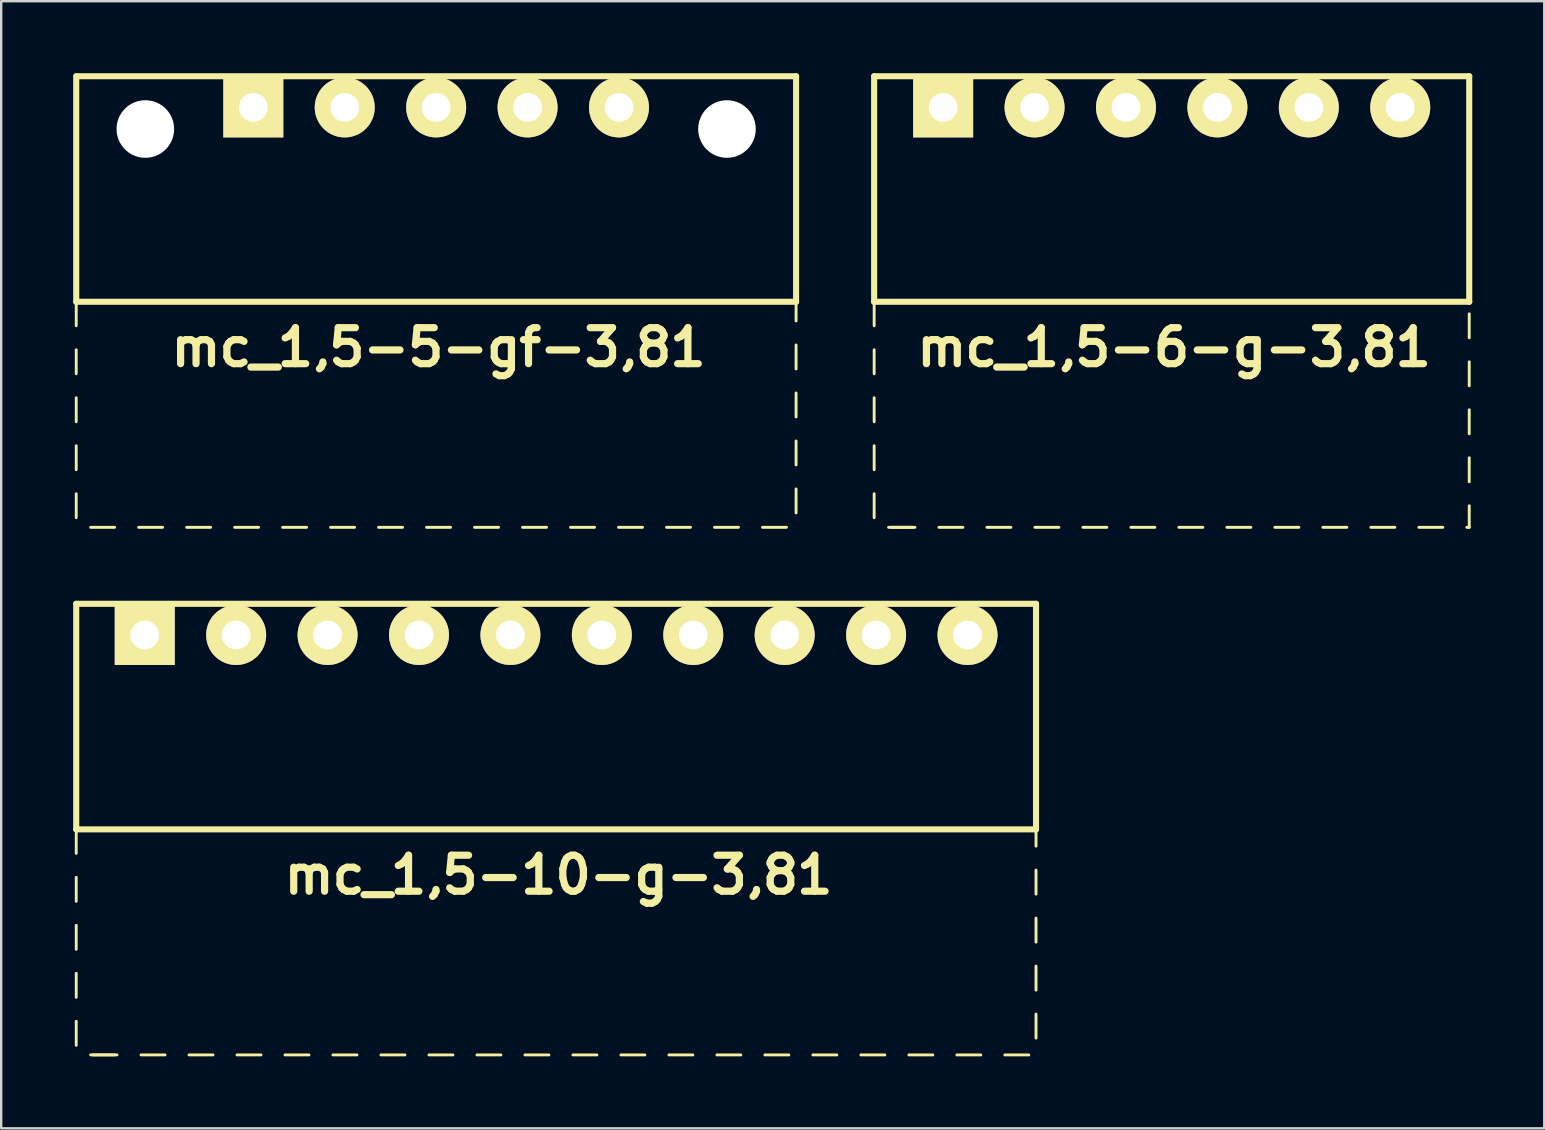
<source format=kicad_pcb>
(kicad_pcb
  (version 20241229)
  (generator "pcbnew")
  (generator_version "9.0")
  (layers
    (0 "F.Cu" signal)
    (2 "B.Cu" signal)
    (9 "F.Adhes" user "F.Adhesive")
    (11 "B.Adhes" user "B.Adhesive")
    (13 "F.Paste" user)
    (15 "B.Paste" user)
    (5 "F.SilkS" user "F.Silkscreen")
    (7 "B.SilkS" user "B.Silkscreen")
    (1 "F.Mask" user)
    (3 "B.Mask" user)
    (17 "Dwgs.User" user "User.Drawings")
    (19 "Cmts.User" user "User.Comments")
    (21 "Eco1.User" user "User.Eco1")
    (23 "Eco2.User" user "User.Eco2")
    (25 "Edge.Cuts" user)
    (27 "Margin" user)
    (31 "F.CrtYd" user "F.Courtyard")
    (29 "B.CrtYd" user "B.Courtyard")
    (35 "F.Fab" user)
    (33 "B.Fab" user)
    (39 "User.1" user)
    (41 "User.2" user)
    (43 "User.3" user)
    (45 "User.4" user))
  (footprint "mc_1,5-10-g-3,81"
    (layer "F.Cu")
    (at 20.127 23.414)
    (property "Reference" "mc_1,5-10-g-3,81" (at 0.1 10 0) (layer "F.SilkS") (effects (font (size 1.5 1.5) (thickness 0.3))))
    (attr through_hole)
    (fp_line (start -20 -1.3) (end -20 8.1) (stroke (width 0.254) (type solid)) (layer "F.SilkS"))
    (fp_line (start -20 -1.3) (end 20 -1.3) (stroke (width 0.254) (type solid)) (layer "F.SilkS"))
    (fp_line (start -20 8.1) (end -20 9.1) (stroke (width 0.12) (type solid)) (layer "F.SilkS"))
    (fp_line (start -20 8.1) (end 20 8.1) (stroke (width 0.254) (type solid)) (layer "F.SilkS"))
    (fp_line (start -20 10.1) (end -20 11.1) (stroke (width 0.12) (type solid)) (layer "F.SilkS"))
    (fp_line (start -20 12.1) (end -20 13.1) (stroke (width 0.12) (type solid)) (layer "F.SilkS"))
    (fp_line (start -20 14.1) (end -20 15.1) (stroke (width 0.12) (type solid)) (layer "F.SilkS"))
    (fp_line (start -20 16.1) (end -20 17.1) (stroke (width 0.12) (type solid)) (layer "F.SilkS"))
    (fp_line (start -19.4 17.5) (end -18.4 17.5) (stroke (width 0.12) (type solid)) (layer "F.SilkS"))
    (fp_line (start -19.3 17.5) (end -18.3 17.5) (stroke (width 0.12) (type solid)) (layer "F.SilkS"))
    (fp_line (start -17.3 17.5) (end -16.3 17.5) (stroke (width 0.12) (type solid)) (layer "F.SilkS"))
    (fp_line (start -15.3 17.5) (end -14.3 17.5) (stroke (width 0.12) (type solid)) (layer "F.SilkS"))
    (fp_line (start -13.3 17.5) (end -12.3 17.5) (stroke (width 0.12) (type solid)) (layer "F.SilkS"))
    (fp_line (start -11.3 17.5) (end -10.3 17.5) (stroke (width 0.12) (type solid)) (layer "F.SilkS"))
    (fp_line (start -9.3 17.5) (end -8.3 17.5) (stroke (width 0.12) (type solid)) (layer "F.SilkS"))
    (fp_line (start -7.3 17.5) (end -6.3 17.5) (stroke (width 0.12) (type solid)) (layer "F.SilkS"))
    (fp_line (start -5.3 17.5) (end -4.3 17.5) (stroke (width 0.12) (type solid)) (layer "F.SilkS"))
    (fp_line (start -3.3 17.5) (end -2.3 17.5) (stroke (width 0.12) (type solid)) (layer "F.SilkS"))
    (fp_line (start -1.3 17.5) (end -0.3 17.5) (stroke (width 0.12) (type solid)) (layer "F.SilkS"))
    (fp_line (start 0.7 17.5) (end 1.7 17.5) (stroke (width 0.12) (type solid)) (layer "F.SilkS"))
    (fp_line (start 2.7 17.5) (end 3.7 17.5) (stroke (width 0.12) (type solid)) (layer "F.SilkS"))
    (fp_line (start 4.7 17.5) (end 5.7 17.5) (stroke (width 0.12) (type solid)) (layer "F.SilkS"))
    (fp_line (start 6.7 17.5) (end 7.7 17.5) (stroke (width 0.12) (type solid)) (layer "F.SilkS"))
    (fp_line (start 8.7 17.5) (end 9.7 17.5) (stroke (width 0.12) (type solid)) (layer "F.SilkS"))
    (fp_line (start 10.7 17.5) (end 11.7 17.5) (stroke (width 0.12) (type solid)) (layer "F.SilkS"))
    (fp_line (start 12.7 17.5) (end 13.7 17.5) (stroke (width 0.12) (type solid)) (layer "F.SilkS"))
    (fp_line (start 14.7 17.5) (end 15.7 17.5) (stroke (width 0.12) (type solid)) (layer "F.SilkS"))
    (fp_line (start 16.7 17.5) (end 17.7 17.5) (stroke (width 0.12) (type solid)) (layer "F.SilkS"))
    (fp_line (start 18.7 17.5) (end 19.7 17.5) (stroke (width 0.12) (type solid)) (layer "F.SilkS"))
    (fp_line (start 20 -1.3) (end 20 8.1) (stroke (width 0.254) (type solid)) (layer "F.SilkS"))
    (fp_line (start 20 8.1) (end 20 8.8) (stroke (width 0.12) (type solid)) (layer "F.SilkS"))
    (fp_line (start 20 9.8) (end 20 10.8) (stroke (width 0.12) (type solid)) (layer "F.SilkS"))
    (fp_line (start 20 11.8) (end 20 12.8) (stroke (width 0.12) (type solid)) (layer "F.SilkS"))
    (fp_line (start 20 13.8) (end 20 14.8) (stroke (width 0.12) (type solid)) (layer "F.SilkS"))
    (fp_line (start 20 15.8) (end 20 16.8) (stroke (width 0.12) (type solid)) (layer "F.SilkS"))
    (pad "1" thru_hole rect (at -17.145 0) (size 2.5 2.5) (drill 1.2) (layers "*.Cu" "*.Mask" "F.SilkS"))
    (pad "2" thru_hole circle (at -13.335 0) (size 2.5 2.5) (drill 1.2) (layers "*.Cu" "*.Mask" "F.SilkS"))
    (pad "3" thru_hole circle (at -9.525 0) (size 2.5 2.5) (drill 1.2) (layers "*.Cu" "*.Mask" "F.SilkS"))
    (pad "4" thru_hole circle (at -5.715 0) (size 2.5 2.5) (drill 1.2) (layers "*.Cu" "*.Mask" "F.SilkS"))
    (pad "5" thru_hole circle (at -1.905 0) (size 2.5 2.5) (drill 1.2) (layers "*.Cu" "*.Mask" "F.SilkS"))
    (pad "6" thru_hole circle (at 1.905 0) (size 2.5 2.5) (drill 1.2) (layers "*.Cu" "*.Mask" "F.SilkS"))
    (pad "7" thru_hole circle (at 5.715 0) (size 2.5 2.5) (drill 1.2) (layers "*.Cu" "*.Mask" "F.SilkS"))
    (pad "8" thru_hole circle (at 9.525 0) (size 2.5 2.5) (drill 1.2) (layers "*.Cu" "*.Mask" "F.SilkS"))
    (pad "9" thru_hole circle (at 13.335 0) (size 2.5 2.5) (drill 1.2) (layers "*.Cu" "*.Mask" "F.SilkS"))
    (pad "10" thru_hole circle (at 17.145 0) (size 2.5 2.5) (drill 1.2) (layers "*.Cu" "*.Mask" "F.SilkS")))
  (footprint "mc_1,5-6-g-3,81"
    (layer "F.Cu")
    (at 45.781 1.427)
    (property "Reference" "mc_1,5-6-g-3,81" (at 0.1 10 0) (layer "F.SilkS") (effects (font (size 1.5 1.5) (thickness 0.3))))
    (attr through_hole)
    (fp_line (start -12.4 -1.3) (end -12.4 8.1) (stroke (width 0.254) (type solid)) (layer "F.SilkS"))
    (fp_line (start -12.4 -1.3) (end 12.4 -1.3) (stroke (width 0.254) (type solid)) (layer "F.SilkS"))
    (fp_line (start -12.4 8.1) (end -12.4 9.1) (stroke (width 0.12) (type solid)) (layer "F.SilkS"))
    (fp_line (start -12.4 8.1) (end 12.4 8.1) (stroke (width 0.254) (type solid)) (layer "F.SilkS"))
    (fp_line (start -12.4 10.1) (end -12.4 11.1) (stroke (width 0.12) (type solid)) (layer "F.SilkS"))
    (fp_line (start -12.4 12.1) (end -12.4 13.1) (stroke (width 0.12) (type solid)) (layer "F.SilkS"))
    (fp_line (start -12.4 14.1) (end -12.4 15.1) (stroke (width 0.12) (type solid)) (layer "F.SilkS"))
    (fp_line (start -12.4 16.1) (end -12.4 17.1) (stroke (width 0.12) (type solid)) (layer "F.SilkS"))
    (fp_line (start -11.8 17.5) (end -10.8 17.5) (stroke (width 0.12) (type solid)) (layer "F.SilkS"))
    (fp_line (start -11.7 17.5) (end -10.7 17.5) (stroke (width 0.12) (type solid)) (layer "F.SilkS"))
    (fp_line (start -9.7 17.5) (end -8.7 17.5) (stroke (width 0.12) (type solid)) (layer "F.SilkS"))
    (fp_line (start -7.7 17.5) (end -6.7 17.5) (stroke (width 0.12) (type solid)) (layer "F.SilkS"))
    (fp_line (start -5.7 17.5) (end -4.7 17.5) (stroke (width 0.12) (type solid)) (layer "F.SilkS"))
    (fp_line (start -3.7 17.5) (end -2.7 17.5) (stroke (width 0.12) (type solid)) (layer "F.SilkS"))
    (fp_line (start -1.7 17.5) (end -0.7 17.5) (stroke (width 0.12) (type solid)) (layer "F.SilkS"))
    (fp_line (start 0.3 17.5) (end 1.3 17.5) (stroke (width 0.12) (type solid)) (layer "F.SilkS"))
    (fp_line (start 2.3 17.5) (end 3.3 17.5) (stroke (width 0.12) (type solid)) (layer "F.SilkS"))
    (fp_line (start 4.3 17.5) (end 5.3 17.5) (stroke (width 0.12) (type solid)) (layer "F.SilkS"))
    (fp_line (start 6.3 17.5) (end 7.3 17.5) (stroke (width 0.12) (type solid)) (layer "F.SilkS"))
    (fp_line (start 8.3 17.5) (end 9.3 17.5) (stroke (width 0.12) (type solid)) (layer "F.SilkS"))
    (fp_line (start 10.3 17.5) (end 11.3 17.5) (stroke (width 0.12) (type solid)) (layer "F.SilkS"))
    (fp_line (start 12.3 17.5) (end 12.4 17.5) (stroke (width 0.12) (type solid)) (layer "F.SilkS"))
    (fp_line (start 12.4 -1.3) (end 12.4 8.1) (stroke (width 0.254) (type solid)) (layer "F.SilkS"))
    (fp_line (start 12.4 8.6) (end 12.4 9.6) (stroke (width 0.12) (type solid)) (layer "F.SilkS"))
    (fp_line (start 12.4 10.6) (end 12.4 11.6) (stroke (width 0.12) (type solid)) (layer "F.SilkS"))
    (fp_line (start 12.4 12.6) (end 12.4 13.6) (stroke (width 0.12) (type solid)) (layer "F.SilkS"))
    (fp_line (start 12.4 14.6) (end 12.4 15.6) (stroke (width 0.12) (type solid)) (layer "F.SilkS"))
    (fp_line (start 12.4 16.6) (end 12.4 17.5) (stroke (width 0.12) (type solid)) (layer "F.SilkS"))
    (pad "1" thru_hole rect (at -9.525 0) (size 2.5 2.5) (drill 1.2) (layers "*.Cu" "*.Mask" "F.SilkS"))
    (pad "2" thru_hole circle (at -5.715 0) (size 2.5 2.5) (drill 1.2) (layers "*.Cu" "*.Mask" "F.SilkS"))
    (pad "3" thru_hole circle (at -1.905 0) (size 2.5 2.5) (drill 1.2) (layers "*.Cu" "*.Mask" "F.SilkS"))
    (pad "4" thru_hole circle (at 1.905 0) (size 2.5 2.5) (drill 1.2) (layers "*.Cu" "*.Mask" "F.SilkS"))
    (pad "5" thru_hole circle (at 5.715 0) (size 2.5 2.5) (drill 1.2) (layers "*.Cu" "*.Mask" "F.SilkS"))
    (pad "6" thru_hole circle (at 9.525 0) (size 2.5 2.5) (drill 1.2) (layers "*.Cu" "*.Mask" "F.SilkS")))
  (footprint "mc_1,5-5-gf-3,81"
    (layer "F.Cu")
    (at 15.127 1.427)
    (property "Reference" "mc_1,5-5-gf-3,81" (at 0.1 10 0) (layer "F.SilkS") (effects (font (size 1.5 1.5) (thickness 0.3))))
    (attr through_hole)
    (fp_line (start -15 -1.3) (end -15 8.1) (stroke (width 0.254) (type solid)) (layer "F.SilkS"))
    (fp_line (start -15 -1.3) (end 15 -1.3) (stroke (width 0.254) (type solid)) (layer "F.SilkS"))
    (fp_line (start -15 8.1) (end -15 9.1) (stroke (width 0.12) (type solid)) (layer "F.SilkS"))
    (fp_line (start -15 8.1) (end 15 8.1) (stroke (width 0.254) (type solid)) (layer "F.SilkS"))
    (fp_line (start -15 10.1) (end -15 11.1) (stroke (width 0.12) (type solid)) (layer "F.SilkS"))
    (fp_line (start -15 12.1) (end -15 13.1) (stroke (width 0.12) (type solid)) (layer "F.SilkS"))
    (fp_line (start -15 14.1) (end -15 15.1) (stroke (width 0.12) (type solid)) (layer "F.SilkS"))
    (fp_line (start -15 16.1) (end -15 17.1) (stroke (width 0.12) (type solid)) (layer "F.SilkS"))
    (fp_line (start -14.4 17.5) (end -13.4 17.5) (stroke (width 0.12) (type solid)) (layer "F.SilkS"))
    (fp_line (start -12.4 17.5) (end -11.4 17.5) (stroke (width 0.12) (type solid)) (layer "F.SilkS"))
    (fp_line (start -10.4 17.5) (end -9.4 17.5) (stroke (width 0.12) (type solid)) (layer "F.SilkS"))
    (fp_line (start -8.4 17.5) (end -7.4 17.5) (stroke (width 0.12) (type solid)) (layer "F.SilkS"))
    (fp_line (start -6.4 17.5) (end -5.4 17.5) (stroke (width 0.12) (type solid)) (layer "F.SilkS"))
    (fp_line (start -4.4 17.5) (end -3.4 17.5) (stroke (width 0.12) (type solid)) (layer "F.SilkS"))
    (fp_line (start -2.4 17.5) (end -1.4 17.5) (stroke (width 0.12) (type solid)) (layer "F.SilkS"))
    (fp_line (start -0.4 17.5) (end 0.6 17.5) (stroke (width 0.12) (type solid)) (layer "F.SilkS"))
    (fp_line (start 1.6 17.5) (end 2.6 17.5) (stroke (width 0.12) (type solid)) (layer "F.SilkS"))
    (fp_line (start 3.6 17.5) (end 4.6 17.5) (stroke (width 0.12) (type solid)) (layer "F.SilkS"))
    (fp_line (start 5.6 17.5) (end 6.6 17.5) (stroke (width 0.12) (type solid)) (layer "F.SilkS"))
    (fp_line (start 7.6 17.5) (end 8.6 17.5) (stroke (width 0.12) (type solid)) (layer "F.SilkS"))
    (fp_line (start 9.6 17.5) (end 10.6 17.5) (stroke (width 0.12) (type solid)) (layer "F.SilkS"))
    (fp_line (start 11.6 17.5) (end 12.6 17.5) (stroke (width 0.12) (type solid)) (layer "F.SilkS"))
    (fp_line (start 13.6 17.5) (end 14.6 17.5) (stroke (width 0.12) (type solid)) (layer "F.SilkS"))
    (fp_line (start 15 -1.3) (end 15 8.1) (stroke (width 0.254) (type solid)) (layer "F.SilkS"))
    (fp_line (start 15 8.1) (end 15 8.9) (stroke (width 0.12) (type solid)) (layer "F.SilkS"))
    (fp_line (start 15 9.9) (end 15 10.9) (stroke (width 0.12) (type solid)) (layer "F.SilkS"))
    (fp_line (start 15 11.9) (end 15 12.9) (stroke (width 0.12) (type solid)) (layer "F.SilkS"))
    (fp_line (start 15 13.9) (end 15 14.9) (stroke (width 0.12) (type solid)) (layer "F.SilkS"))
    (fp_line (start 15 15.9) (end 15 16.9) (stroke (width 0.12) (type solid)) (layer "F.SilkS"))
    (pad "" np_thru_hole circle (at -12.12 0.9) (size 2.4 2.4) (drill 2.4) (layers "*.Cu" "*.Mask"))
    (pad "" np_thru_hole circle (at 12.12 0.9) (size 2.4 2.4) (drill 2.4) (layers "*.Cu" "*.Mask"))
    (pad "1" thru_hole rect (at -7.62 0) (size 2.5 2.5) (drill 1.2) (layers "*.Cu" "*.Mask" "F.SilkS"))
    (pad "2" thru_hole circle (at -3.81 0) (size 2.5 2.5) (drill 1.2) (layers "*.Cu" "*.Mask" "F.SilkS"))
    (pad "3" thru_hole circle (at 0 0) (size 2.5 2.5) (drill 1.2) (layers "*.Cu" "*.Mask" "F.SilkS"))
    (pad "4" thru_hole circle (at 3.81 0) (size 2.5 2.5) (drill 1.2) (layers "*.Cu" "*.Mask" "F.SilkS"))
    (pad "5" thru_hole circle (at 7.62 0) (size 2.5 2.5) (drill 1.2) (layers "*.Cu" "*.Mask" "F.SilkS")))
  (gr_rect
    (start -3 -3)
    (end 61.308 43.974)
    (stroke (width 0.1) (type default))
    (fill no)
    (layer "Edge.Cuts")))
</source>
